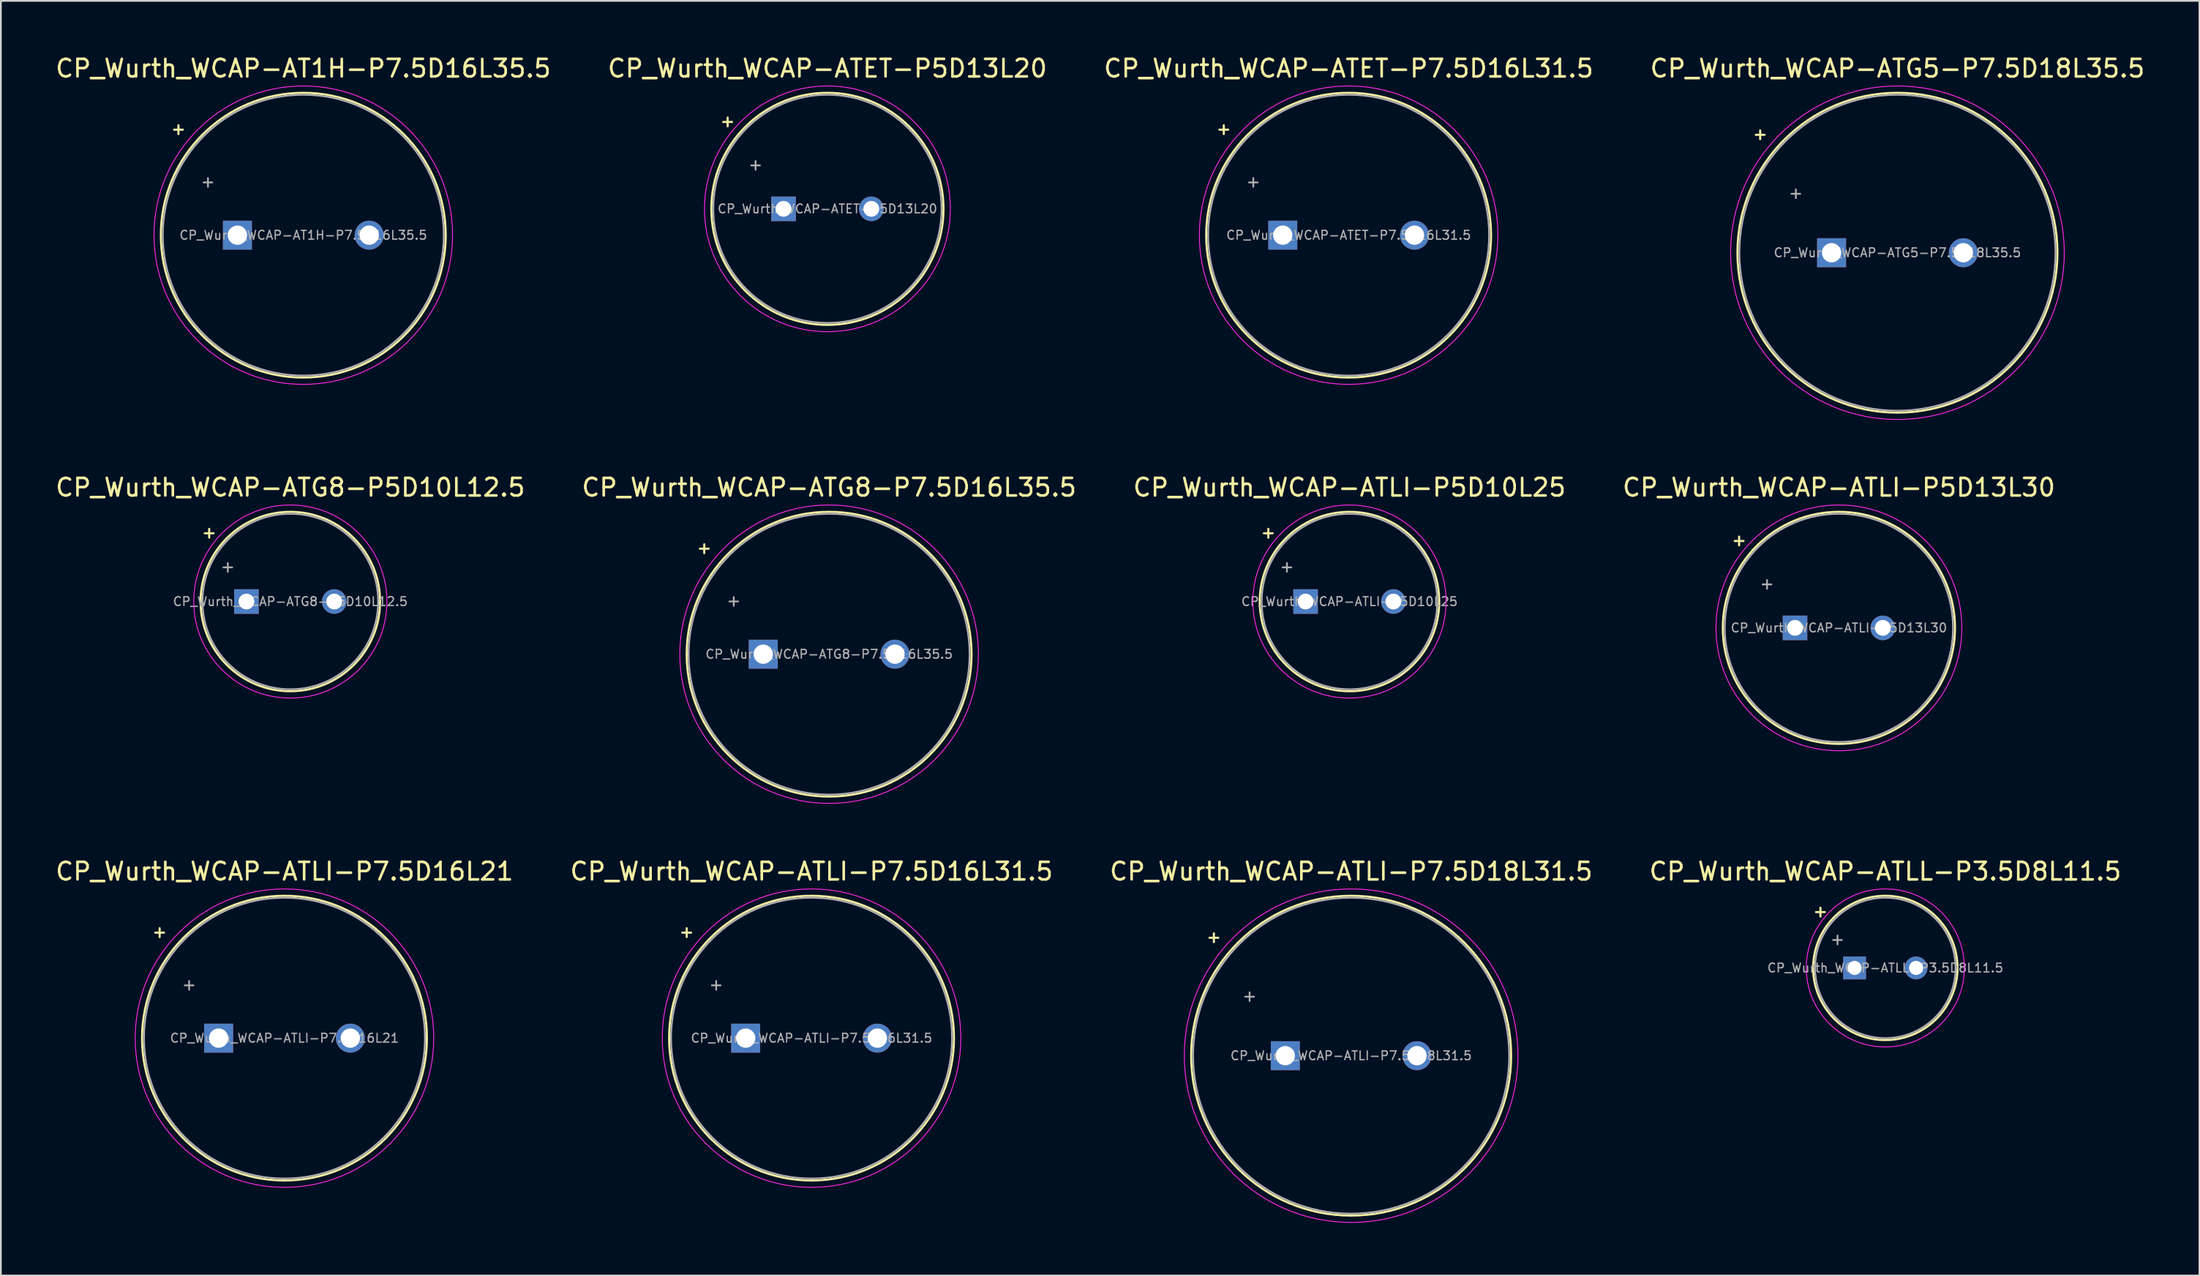
<source format=kicad_pcb>
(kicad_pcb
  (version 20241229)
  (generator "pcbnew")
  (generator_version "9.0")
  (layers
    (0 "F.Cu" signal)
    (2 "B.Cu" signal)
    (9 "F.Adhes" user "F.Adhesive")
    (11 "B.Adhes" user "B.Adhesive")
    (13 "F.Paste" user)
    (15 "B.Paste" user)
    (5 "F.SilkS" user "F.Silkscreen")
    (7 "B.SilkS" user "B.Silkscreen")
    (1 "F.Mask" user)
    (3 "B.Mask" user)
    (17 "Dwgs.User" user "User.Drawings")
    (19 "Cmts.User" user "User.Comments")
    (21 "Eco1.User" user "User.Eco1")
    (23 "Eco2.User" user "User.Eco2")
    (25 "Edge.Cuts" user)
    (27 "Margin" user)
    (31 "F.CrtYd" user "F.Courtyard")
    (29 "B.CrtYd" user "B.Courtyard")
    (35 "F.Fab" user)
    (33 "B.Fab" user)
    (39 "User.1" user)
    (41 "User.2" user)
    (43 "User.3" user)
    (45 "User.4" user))
  (footprint "CP_Wurth_WCAP-ATG8-P7.5D16L35.5"
    (layer "F.Cu")
    (at 40.411 34.221)
    (property "Reference" "CP_Wurth_WCAP-ATG8-P7.5D16L35.5" (at 3.75 -9.5 0) (unlocked yes) (layer "F.SilkS") (effects (font (size 1 1) (thickness 0.15))))
    (attr through_hole)
    (fp_line (start -3.609 -6.01) (end -3.109 -6.01) (stroke (width 0.12) (type solid)) (layer "F.SilkS"))
    (fp_line (start -3.359 -5.76) (end -3.359 -6.26) (stroke (width 0.12) (type solid)) (layer "F.SilkS"))
    (fp_circle (center 3.75 0) (end 11.86 0) (stroke (width 0.12) (type solid)) (fill no) (layer "F.SilkS"))
    (fp_circle (center 3.75 0) (end 12.25 0) (stroke (width 0.05) (type solid)) (fill no) (layer "F.CrtYd"))
    (fp_line (start -1.929 -3.005) (end -1.429 -3.005) (stroke (width 0.1) (type default)) (layer "F.Fab"))
    (fp_line (start -1.679 -2.755) (end -1.679 -3.255) (stroke (width 0.1) (type default)) (layer "F.Fab"))
    (fp_circle (center 3.75 0) (end 11.75 0) (stroke (width 0.1) (type solid)) (fill no) (layer "F.Fab"))
    (fp_text user "${REFERENCE}" (at 3.75 0 0) (unlocked yes) (layer "F.Fab") (effects (font (size 0.5 0.5) (thickness 0.075))))
    (pad "1" thru_hole rect (at 0 0) (size 1.65 1.65) (drill 1.1) (layers "*.Cu" "*.Mask"))
    (pad "2" thru_hole circle (at 7.5 0) (size 1.65 1.65) (drill 1.1) (layers "*.Cu" "*.Mask")))
  (footprint "CP_Wurth_WCAP-ATLI-P7.5D16L21"
    (layer "F.Cu")
    (at 9.399 56.095)
    (property "Reference" "CP_Wurth_WCAP-ATLI-P7.5D16L21" (at 3.75 -9.5 0) (unlocked yes) (layer "F.SilkS") (effects (font (size 1 1) (thickness 0.15))))
    (attr through_hole)
    (fp_line (start -3.609 -6.01) (end -3.109 -6.01) (stroke (width 0.12) (type solid)) (layer "F.SilkS"))
    (fp_line (start -3.359 -5.76) (end -3.359 -6.26) (stroke (width 0.12) (type solid)) (layer "F.SilkS"))
    (fp_circle (center 3.75 0) (end 11.86 0) (stroke (width 0.12) (type solid)) (fill no) (layer "F.SilkS"))
    (fp_circle (center 3.75 0) (end 12.25 0) (stroke (width 0.05) (type solid)) (fill no) (layer "F.CrtYd"))
    (fp_line (start -1.929 -3.005) (end -1.429 -3.005) (stroke (width 0.1) (type default)) (layer "F.Fab"))
    (fp_line (start -1.679 -2.755) (end -1.679 -3.255) (stroke (width 0.1) (type default)) (layer "F.Fab"))
    (fp_circle (center 3.75 0) (end 11.75 0) (stroke (width 0.1) (type solid)) (fill no) (layer "F.Fab"))
    (fp_text user "${REFERENCE}" (at 3.75 0 0) (unlocked yes) (layer "F.Fab") (effects (font (size 0.5 0.5) (thickness 0.075))))
    (pad "1" thru_hole rect (at 0 0) (size 1.65 1.65) (drill 1.1) (layers "*.Cu" "*.Mask"))
    (pad "2" thru_hole circle (at 7.5 0) (size 1.65 1.65) (drill 1.1) (layers "*.Cu" "*.Mask")))
  (footprint "CP_Wurth_WCAP-ATLI-P5D10L25"
    (layer "F.Cu")
    (at 71.292 31.221)
    (property "Reference" "CP_Wurth_WCAP-ATLI-P5D10L25" (at 2.5 -6.5 0) (unlocked yes) (layer "F.SilkS") (effects (font (size 1 1) (thickness 0.15))))
    (attr through_hole)
    (fp_line (start -2.371 -3.889) (end -1.871 -3.889) (stroke (width 0.12) (type solid)) (layer "F.SilkS"))
    (fp_line (start -2.121 -3.639) (end -2.121 -4.139) (stroke (width 0.12) (type solid)) (layer "F.SilkS"))
    (fp_circle (center 2.5 0) (end 7.61 0) (stroke (width 0.12) (type solid)) (fill no) (layer "F.SilkS"))
    (fp_circle (center 2.5 0) (end 8 0) (stroke (width 0.05) (type solid)) (fill no) (layer "F.CrtYd"))
    (fp_line (start -1.311 -1.945) (end -0.811 -1.945) (stroke (width 0.1) (type default)) (layer "F.Fab"))
    (fp_line (start -1.061 -1.695) (end -1.061 -2.195) (stroke (width 0.1) (type default)) (layer "F.Fab"))
    (fp_circle (center 2.5 0) (end 7.5 0) (stroke (width 0.1) (type solid)) (fill no) (layer "F.Fab"))
    (fp_text user "${REFERENCE}" (at 2.5 0 0) (unlocked yes) (layer "F.Fab") (effects (font (size 0.5 0.5) (thickness 0.075))))
    (pad "1" thru_hole rect (at 0 0) (size 1.4 1.4) (drill 0.9) (layers "*.Cu" "*.Mask"))
    (pad "2" thru_hole circle (at 5 0) (size 1.4 1.4) (drill 0.9) (layers "*.Cu" "*.Mask")))
  (footprint "CP_Wurth_WCAP-ATET-P7.5D16L31.5"
    (layer "F.Cu")
    (at 69.994 10.348)
    (property "Reference" "CP_Wurth_WCAP-ATET-P7.5D16L31.5" (at 3.75 -9.5 0) (unlocked yes) (layer "F.SilkS") (effects (font (size 1 1) (thickness 0.15))))
    (attr through_hole)
    (fp_line (start -3.609 -6.01) (end -3.109 -6.01) (stroke (width 0.12) (type solid)) (layer "F.SilkS"))
    (fp_line (start -3.359 -5.76) (end -3.359 -6.26) (stroke (width 0.12) (type solid)) (layer "F.SilkS"))
    (fp_circle (center 3.75 0) (end 11.86 0) (stroke (width 0.12) (type solid)) (fill no) (layer "F.SilkS"))
    (fp_circle (center 3.75 0) (end 12.25 0) (stroke (width 0.05) (type solid)) (fill no) (layer "F.CrtYd"))
    (fp_line (start -1.929 -3.005) (end -1.429 -3.005) (stroke (width 0.1) (type default)) (layer "F.Fab"))
    (fp_line (start -1.679 -2.755) (end -1.679 -3.255) (stroke (width 0.1) (type default)) (layer "F.Fab"))
    (fp_circle (center 3.75 0) (end 11.75 0) (stroke (width 0.1) (type solid)) (fill no) (layer "F.Fab"))
    (fp_text user "${REFERENCE}" (at 3.75 0 0) (unlocked yes) (layer "F.Fab") (effects (font (size 0.5 0.5) (thickness 0.075))))
    (pad "1" thru_hole rect (at 0 0) (size 1.65 1.65) (drill 1.1) (layers "*.Cu" "*.Mask"))
    (pad "2" thru_hole circle (at 7.5 0) (size 1.65 1.65) (drill 1.1) (layers "*.Cu" "*.Mask")))
  (footprint "CP_Wurth_WCAP-ATLI-P5D13L30"
    (layer "F.Cu")
    (at 99.161 32.721)
    (property "Reference" "CP_Wurth_WCAP-ATLI-P5D13L30" (at 2.5 -8 0) (unlocked yes) (layer "F.SilkS") (effects (font (size 1 1) (thickness 0.15))))
    (attr through_hole)
    (fp_line (start -3.432 -4.95) (end -2.932 -4.95) (stroke (width 0.12) (type solid)) (layer "F.SilkS"))
    (fp_line (start -3.182 -4.7) (end -3.182 -5.2) (stroke (width 0.12) (type solid)) (layer "F.SilkS"))
    (fp_circle (center 2.5 0) (end 9.11 0) (stroke (width 0.12) (type solid)) (fill no) (layer "F.SilkS"))
    (fp_circle (center 2.5 0) (end 9.5 0) (stroke (width 0.05) (type solid)) (fill no) (layer "F.CrtYd"))
    (fp_line (start -1.841 -2.475) (end -1.341 -2.475) (stroke (width 0.1) (type default)) (layer "F.Fab"))
    (fp_line (start -1.591 -2.225) (end -1.591 -2.725) (stroke (width 0.1) (type default)) (layer "F.Fab"))
    (fp_circle (center 2.5 0) (end 9 0) (stroke (width 0.1) (type solid)) (fill no) (layer "F.Fab"))
    (fp_text user "${REFERENCE}" (at 2.5 0 0) (unlocked yes) (layer "F.Fab") (effects (font (size 0.5 0.5) (thickness 0.075))))
    (pad "1" thru_hole rect (at 0 0) (size 1.4 1.4) (drill 0.9) (layers "*.Cu" "*.Mask"))
    (pad "2" thru_hole circle (at 5 0) (size 1.4 1.4) (drill 0.9) (layers "*.Cu" "*.Mask")))
  (footprint "CP_Wurth_WCAP-ATLI-P7.5D18L31.5"
    (layer "F.Cu")
    (at 70.137 57.095)
    (property "Reference" "CP_Wurth_WCAP-ATLI-P7.5D18L31.5" (at 3.75 -10.5 0) (unlocked yes) (layer "F.SilkS") (effects (font (size 1 1) (thickness 0.15))))
    (attr through_hole)
    (fp_line (start -4.316 -6.718) (end -3.816 -6.718) (stroke (width 0.12) (type solid)) (layer "F.SilkS"))
    (fp_line (start -4.066 -6.468) (end -4.066 -6.968) (stroke (width 0.12) (type solid)) (layer "F.SilkS"))
    (fp_circle (center 3.75 0) (end 12.86 0) (stroke (width 0.12) (type solid)) (fill no) (layer "F.SilkS"))
    (fp_circle (center 3.75 0) (end 13.25 0) (stroke (width 0.05) (type solid)) (fill no) (layer "F.CrtYd"))
    (fp_line (start -2.283 -3.359) (end -1.783 -3.359) (stroke (width 0.1) (type default)) (layer "F.Fab"))
    (fp_line (start -2.033 -3.109) (end -2.033 -3.609) (stroke (width 0.1) (type default)) (layer "F.Fab"))
    (fp_circle (center 3.75 0) (end 12.75 0) (stroke (width 0.1) (type solid)) (fill no) (layer "F.Fab"))
    (fp_text user "${REFERENCE}" (at 3.75 0 0) (unlocked yes) (layer "F.Fab") (effects (font (size 0.5 0.5) (thickness 0.075))))
    (pad "1" thru_hole rect (at 0 0) (size 1.65 1.65) (drill 1.1) (layers "*.Cu" "*.Mask"))
    (pad "2" thru_hole circle (at 7.5 0) (size 1.65 1.65) (drill 1.1) (layers "*.Cu" "*.Mask")))
  (footprint "CP_Wurth_WCAP-ATLI-P7.5D16L31.5"
    (layer "F.Cu")
    (at 39.411 56.095)
    (property "Reference" "CP_Wurth_WCAP-ATLI-P7.5D16L31.5" (at 3.75 -9.5 0) (unlocked yes) (layer "F.SilkS") (effects (font (size 1 1) (thickness 0.15))))
    (attr through_hole)
    (fp_line (start -3.609 -6.01) (end -3.109 -6.01) (stroke (width 0.12) (type solid)) (layer "F.SilkS"))
    (fp_line (start -3.359 -5.76) (end -3.359 -6.26) (stroke (width 0.12) (type solid)) (layer "F.SilkS"))
    (fp_circle (center 3.75 0) (end 11.86 0) (stroke (width 0.12) (type solid)) (fill no) (layer "F.SilkS"))
    (fp_circle (center 3.75 0) (end 12.25 0) (stroke (width 0.05) (type solid)) (fill no) (layer "F.CrtYd"))
    (fp_line (start -1.929 -3.005) (end -1.429 -3.005) (stroke (width 0.1) (type default)) (layer "F.Fab"))
    (fp_line (start -1.679 -2.755) (end -1.679 -3.255) (stroke (width 0.1) (type default)) (layer "F.Fab"))
    (fp_circle (center 3.75 0) (end 11.75 0) (stroke (width 0.1) (type solid)) (fill no) (layer "F.Fab"))
    (fp_text user "${REFERENCE}" (at 3.75 0 0) (unlocked yes) (layer "F.Fab") (effects (font (size 0.5 0.5) (thickness 0.075))))
    (pad "1" thru_hole rect (at 0 0) (size 1.65 1.65) (drill 1.1) (layers "*.Cu" "*.Mask"))
    (pad "2" thru_hole circle (at 7.5 0) (size 1.65 1.65) (drill 1.1) (layers "*.Cu" "*.Mask")))
  (footprint "CP_Wurth_WCAP-AT1H-P7.5D16L35.5"
    (layer "F.Cu")
    (at 10.47 10.348)
    (property "Reference" "CP_Wurth_WCAP-AT1H-P7.5D16L35.5" (at 3.75 -9.5 0) (unlocked yes) (layer "F.SilkS") (effects (font (size 1 1) (thickness 0.15))))
    (attr through_hole)
    (fp_line (start -3.609 -6.01) (end -3.109 -6.01) (stroke (width 0.12) (type solid)) (layer "F.SilkS"))
    (fp_line (start -3.359 -5.76) (end -3.359 -6.26) (stroke (width 0.12) (type solid)) (layer "F.SilkS"))
    (fp_circle (center 3.75 0) (end 11.86 0) (stroke (width 0.12) (type solid)) (fill no) (layer "F.SilkS"))
    (fp_circle (center 3.75 0) (end 12.25 0) (stroke (width 0.05) (type solid)) (fill no) (layer "F.CrtYd"))
    (fp_line (start -1.929 -3.005) (end -1.429 -3.005) (stroke (width 0.1) (type default)) (layer "F.Fab"))
    (fp_line (start -1.679 -2.755) (end -1.679 -3.255) (stroke (width 0.1) (type default)) (layer "F.Fab"))
    (fp_circle (center 3.75 0) (end 11.75 0) (stroke (width 0.1) (type solid)) (fill no) (layer "F.Fab"))
    (fp_text user "${REFERENCE}" (at 3.75 0 0) (unlocked yes) (layer "F.Fab") (effects (font (size 0.5 0.5) (thickness 0.075))))
    (pad "1" thru_hole rect (at 0 0) (size 1.65 1.65) (drill 1.1) (layers "*.Cu" "*.Mask"))
    (pad "2" thru_hole circle (at 7.5 0) (size 1.65 1.65) (drill 1.1) (layers "*.Cu" "*.Mask")))
  (footprint "CP_Wurth_WCAP-ATET-P5D13L20"
    (layer "F.Cu")
    (at 41.565 8.848)
    (property "Reference" "CP_Wurth_WCAP-ATET-P5D13L20" (at 2.5 -8 0) (unlocked yes) (layer "F.SilkS") (effects (font (size 1 1) (thickness 0.15))))
    (attr through_hole)
    (fp_line (start -3.432 -4.95) (end -2.932 -4.95) (stroke (width 0.12) (type solid)) (layer "F.SilkS"))
    (fp_line (start -3.182 -4.7) (end -3.182 -5.2) (stroke (width 0.12) (type solid)) (layer "F.SilkS"))
    (fp_circle (center 2.5 0) (end 9.11 0) (stroke (width 0.12) (type solid)) (fill no) (layer "F.SilkS"))
    (fp_circle (center 2.5 0) (end 9.5 0) (stroke (width 0.05) (type solid)) (fill no) (layer "F.CrtYd"))
    (fp_line (start -1.841 -2.475) (end -1.341 -2.475) (stroke (width 0.1) (type default)) (layer "F.Fab"))
    (fp_line (start -1.591 -2.225) (end -1.591 -2.725) (stroke (width 0.1) (type default)) (layer "F.Fab"))
    (fp_circle (center 2.5 0) (end 9 0) (stroke (width 0.1) (type solid)) (fill no) (layer "F.Fab"))
    (fp_text user "${REFERENCE}" (at 2.5 0 0) (unlocked yes) (layer "F.Fab") (effects (font (size 0.5 0.5) (thickness 0.075))))
    (pad "1" thru_hole rect (at 0 0) (size 1.4 1.4) (drill 0.9) (layers "*.Cu" "*.Mask"))
    (pad "2" thru_hole circle (at 5 0) (size 1.4 1.4) (drill 0.9) (layers "*.Cu" "*.Mask")))
  (footprint "CP_Wurth_WCAP-ATG8-P5D10L12.5"
    (layer "F.Cu")
    (at 10.982 31.221)
    (property "Reference" "CP_Wurth_WCAP-ATG8-P5D10L12.5" (at 2.5 -6.5 0) (unlocked yes) (layer "F.SilkS") (effects (font (size 1 1) (thickness 0.15))))
    (attr through_hole)
    (fp_line (start -2.371 -3.889) (end -1.871 -3.889) (stroke (width 0.12) (type solid)) (layer "F.SilkS"))
    (fp_line (start -2.121 -3.639) (end -2.121 -4.139) (stroke (width 0.12) (type solid)) (layer "F.SilkS"))
    (fp_circle (center 2.5 0) (end 7.61 0) (stroke (width 0.12) (type solid)) (fill no) (layer "F.SilkS"))
    (fp_circle (center 2.5 0) (end 8 0) (stroke (width 0.05) (type solid)) (fill no) (layer "F.CrtYd"))
    (fp_line (start -1.311 -1.945) (end -0.811 -1.945) (stroke (width 0.1) (type default)) (layer "F.Fab"))
    (fp_line (start -1.061 -1.695) (end -1.061 -2.195) (stroke (width 0.1) (type default)) (layer "F.Fab"))
    (fp_circle (center 2.5 0) (end 7.5 0) (stroke (width 0.1) (type solid)) (fill no) (layer "F.Fab"))
    (fp_text user "${REFERENCE}" (at 2.5 0 0) (unlocked yes) (layer "F.Fab") (effects (font (size 0.5 0.5) (thickness 0.075))))
    (pad "1" thru_hole rect (at 0 0) (size 1.4 1.4) (drill 0.9) (layers "*.Cu" "*.Mask"))
    (pad "2" thru_hole circle (at 5 0) (size 1.4 1.4) (drill 0.9) (layers "*.Cu" "*.Mask")))
  (footprint "CP_Wurth_WCAP-ATLL-P3.5D8L11.5"
    (layer "F.Cu")
    (at 102.554 52.095)
    (property "Reference" "CP_Wurth_WCAP-ATLL-P3.5D8L11.5" (at 1.75 -5.5 0) (unlocked yes) (layer "F.SilkS") (effects (font (size 1 1) (thickness 0.15))))
    (attr through_hole)
    (fp_line (start -2.195 -3.182) (end -1.695 -3.182) (stroke (width 0.12) (type solid)) (layer "F.SilkS"))
    (fp_line (start -1.945 -2.932) (end -1.945 -3.432) (stroke (width 0.12) (type solid)) (layer "F.SilkS"))
    (fp_circle (center 1.75 0) (end 5.86 0) (stroke (width 0.12) (type solid)) (fill no) (layer "F.SilkS"))
    (fp_circle (center 1.75 0) (end 6.25 0) (stroke (width 0.05) (type solid)) (fill no) (layer "F.CrtYd"))
    (fp_line (start -1.222 -1.591) (end -0.722 -1.591) (stroke (width 0.1) (type default)) (layer "F.Fab"))
    (fp_line (start -0.972 -1.341) (end -0.972 -1.841) (stroke (width 0.1) (type default)) (layer "F.Fab"))
    (fp_circle (center 1.75 0) (end 5.75 0) (stroke (width 0.1) (type solid)) (fill no) (layer "F.Fab"))
    (fp_text user "${REFERENCE}" (at 1.75 0 0) (unlocked yes) (layer "F.Fab") (effects (font (size 0.5 0.5) (thickness 0.075))))
    (pad "1" thru_hole rect (at 0 0) (size 1.3 1.3) (drill 0.8) (layers "*.Cu" "*.Mask"))
    (pad "2" thru_hole circle (at 3.5 0) (size 1.3 1.3) (drill 0.8) (layers "*.Cu" "*.Mask")))
  (footprint "CP_Wurth_WCAP-ATG5-P7.5D18L35.5"
    (layer "F.Cu")
    (at 101.244 11.348)
    (property "Reference" "CP_Wurth_WCAP-ATG5-P7.5D18L35.5" (at 3.75 -10.5 0) (unlocked yes) (layer "F.SilkS") (effects (font (size 1 1) (thickness 0.15))))
    (attr through_hole)
    (fp_line (start -4.316 -6.718) (end -3.816 -6.718) (stroke (width 0.12) (type solid)) (layer "F.SilkS"))
    (fp_line (start -4.066 -6.468) (end -4.066 -6.968) (stroke (width 0.12) (type solid)) (layer "F.SilkS"))
    (fp_circle (center 3.75 0) (end 12.86 0) (stroke (width 0.12) (type solid)) (fill no) (layer "F.SilkS"))
    (fp_circle (center 3.75 0) (end 13.25 0) (stroke (width 0.05) (type solid)) (fill no) (layer "F.CrtYd"))
    (fp_line (start -2.283 -3.359) (end -1.783 -3.359) (stroke (width 0.1) (type default)) (layer "F.Fab"))
    (fp_line (start -2.033 -3.109) (end -2.033 -3.609) (stroke (width 0.1) (type default)) (layer "F.Fab"))
    (fp_circle (center 3.75 0) (end 12.75 0) (stroke (width 0.1) (type solid)) (fill no) (layer "F.Fab"))
    (fp_text user "${REFERENCE}" (at 3.75 0 0) (unlocked yes) (layer "F.Fab") (effects (font (size 0.5 0.5) (thickness 0.075))))
    (pad "1" thru_hole rect (at 0 0) (size 1.65 1.65) (drill 1.1) (layers "*.Cu" "*.Mask"))
    (pad "2" thru_hole circle (at 7.5 0) (size 1.65 1.65) (drill 1.1) (layers "*.Cu" "*.Mask")))
  (gr_rect
    (start -3 -3)
    (end 122.19 69.62)
    (stroke (width 0.1) (type default))
    (fill no)
    (layer "Edge.Cuts")))
</source>
